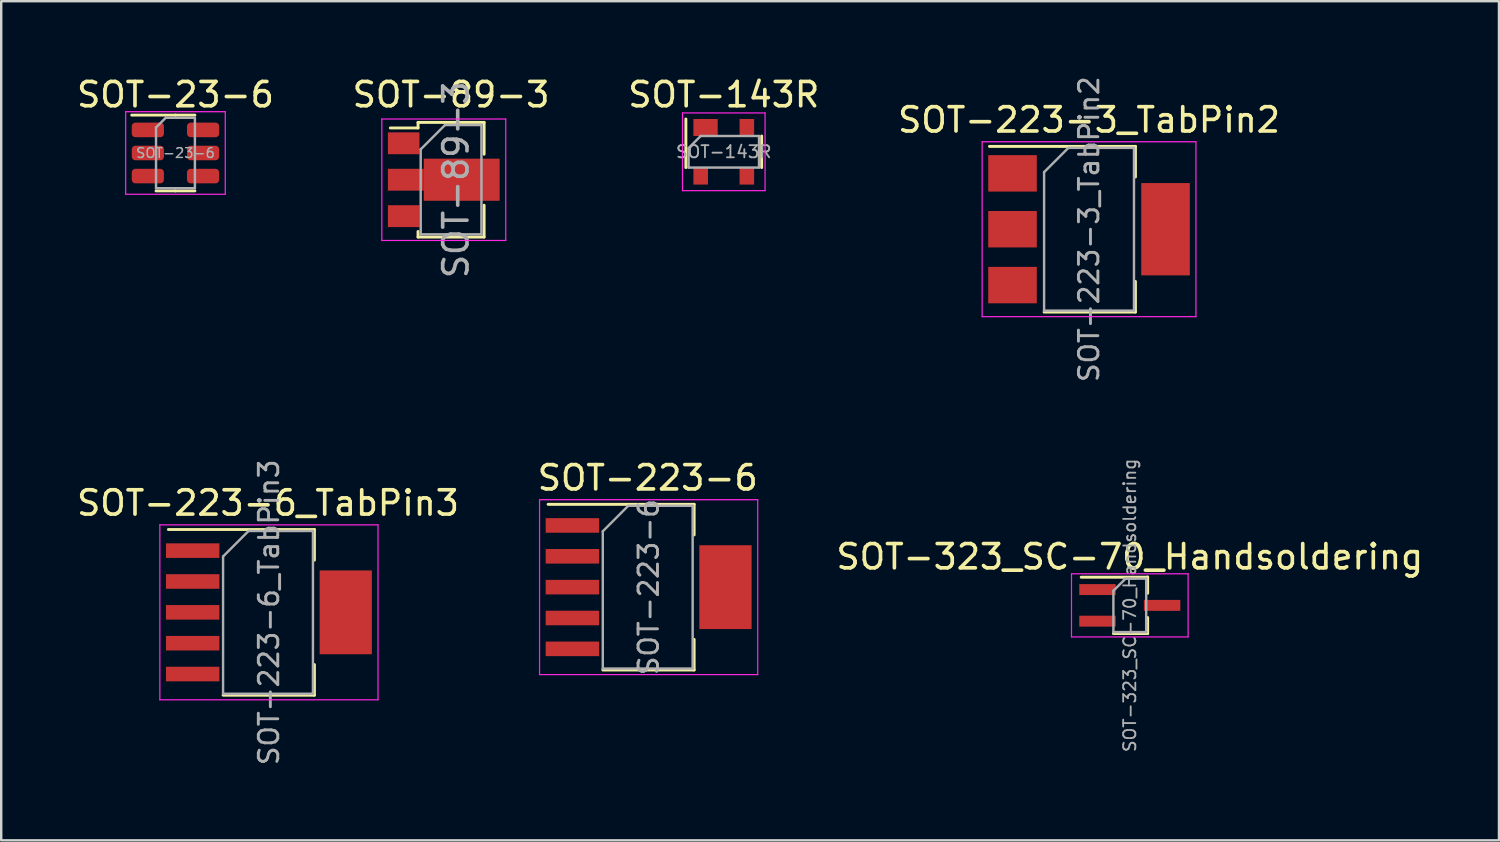
<source format=kicad_pcb>
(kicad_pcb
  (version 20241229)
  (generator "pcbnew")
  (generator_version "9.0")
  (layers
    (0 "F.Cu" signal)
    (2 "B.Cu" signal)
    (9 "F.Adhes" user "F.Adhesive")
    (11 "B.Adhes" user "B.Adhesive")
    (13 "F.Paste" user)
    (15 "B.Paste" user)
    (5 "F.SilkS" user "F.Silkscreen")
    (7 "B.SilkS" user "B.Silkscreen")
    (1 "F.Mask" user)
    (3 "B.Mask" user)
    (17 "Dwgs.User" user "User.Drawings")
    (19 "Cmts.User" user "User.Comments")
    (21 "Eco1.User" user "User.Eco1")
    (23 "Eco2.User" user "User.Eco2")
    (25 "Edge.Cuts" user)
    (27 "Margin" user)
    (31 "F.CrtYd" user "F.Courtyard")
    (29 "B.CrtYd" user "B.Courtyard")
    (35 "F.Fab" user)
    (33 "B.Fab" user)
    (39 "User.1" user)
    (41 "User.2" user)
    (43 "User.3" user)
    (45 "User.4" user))
  (footprint "SOT-223-3_TabPin2"
    (layer "F.Cu")
    (at 41.78 6.386)
    (property "Reference" "SOT-223-3_TabPin2" (at 0 -4.5 0) (layer "F.SilkS") (effects (font (size 1 1) (thickness 0.15))))
    (attr smd)
    (fp_line (start -4.1 -3.41) (end 1.91 -3.41) (stroke (width 0.12) (type solid)) (layer "F.SilkS"))
    (fp_line (start -1.85 3.41) (end 1.91 3.41) (stroke (width 0.12) (type solid)) (layer "F.SilkS"))
    (fp_line (start 1.91 -3.41) (end 1.91 -2.15) (stroke (width 0.12) (type solid)) (layer "F.SilkS"))
    (fp_line (start 1.91 3.41) (end 1.91 2.15) (stroke (width 0.12) (type solid)) (layer "F.SilkS"))
    (fp_line (start -4.4 -3.6) (end -4.4 3.6) (stroke (width 0.05) (type solid)) (layer "F.CrtYd"))
    (fp_line (start -4.4 3.6) (end 4.4 3.6) (stroke (width 0.05) (type solid)) (layer "F.CrtYd"))
    (fp_line (start 4.4 -3.6) (end -4.4 -3.6) (stroke (width 0.05) (type solid)) (layer "F.CrtYd"))
    (fp_line (start 4.4 3.6) (end 4.4 -3.6) (stroke (width 0.05) (type solid)) (layer "F.CrtYd"))
    (fp_line (start -1.85 -2.35) (end -1.85 3.35) (stroke (width 0.1) (type solid)) (layer "F.Fab"))
    (fp_line (start -1.85 -2.35) (end -0.85 -3.35) (stroke (width 0.1) (type solid)) (layer "F.Fab"))
    (fp_line (start -1.85 3.35) (end 1.85 3.35) (stroke (width 0.1) (type solid)) (layer "F.Fab"))
    (fp_line (start -0.85 -3.35) (end 1.85 -3.35) (stroke (width 0.1) (type solid)) (layer "F.Fab"))
    (fp_line (start 1.85 -3.35) (end 1.85 3.35) (stroke (width 0.1) (type solid)) (layer "F.Fab"))
    (fp_text user "${REFERENCE}" (at 0 0 90) (layer "F.Fab") (effects (font (size 0.8 0.8) (thickness 0.12))))
    (pad "1" smd rect (at -3.15 -2.3) (size 2 1.5) (layers "F.Cu" "F.Mask" "F.Paste"))
    (pad "2" smd rect (at -3.15 0) (size 2 1.5) (layers "F.Cu" "F.Mask" "F.Paste"))
    (pad "2" smd rect (at 3.15 0) (size 2 3.8) (layers "F.Cu" "F.Mask" "F.Paste"))
    (pad "3" smd rect (at -3.15 2.3) (size 2 1.5) (layers "F.Cu" "F.Mask" "F.Paste")))
  (footprint "SOT-143R"
    (layer "F.Cu")
    (at 26.744 3.198)
    (property "Reference" "SOT-143R" (at 0 -2.35 0) (layer "F.SilkS") (effects (font (size 1 1) (thickness 0.15))))
    (attr smd)
    (fp_line (start -1.56 -1.35) (end -1.56 0.65) (stroke (width 0.12) (type solid)) (layer "F.SilkS"))
    (fp_line (start 1.56 0.65) (end 1.56 -0.65) (stroke (width 0.12) (type solid)) (layer "F.SilkS"))
    (fp_line (start -1.7 -1.6) (end -1.7 1.6) (stroke (width 0.05) (type solid)) (layer "F.CrtYd"))
    (fp_line (start -1.7 -1.6) (end 1.7 -1.6) (stroke (width 0.05) (type solid)) (layer "F.CrtYd"))
    (fp_line (start 1.7 1.6) (end -1.7 1.6) (stroke (width 0.05) (type solid)) (layer "F.CrtYd"))
    (fp_line (start 1.7 1.6) (end 1.7 -1.6) (stroke (width 0.05) (type solid)) (layer "F.CrtYd"))
    (fp_line (start -1.45 -0.15) (end -1.45 0.65) (stroke (width 0.1) (type solid)) (layer "F.Fab"))
    (fp_line (start -1.45 -0.15) (end -0.95 -0.65) (stroke (width 0.1) (type solid)) (layer "F.Fab"))
    (fp_line (start -0.95 -0.65) (end 1.45 -0.65) (stroke (width 0.1) (type solid)) (layer "F.Fab"))
    (fp_line (start 1.45 -0.65) (end 1.45 0.65) (stroke (width 0.1) (type solid)) (layer "F.Fab"))
    (fp_line (start 1.45 0.65) (end -1.45 0.65) (stroke (width 0.1) (type solid)) (layer "F.Fab"))
    (fp_text user "${REFERENCE}" (at 0 0 0) (layer "F.Fab") (effects (font (size 0.5 0.5) (thickness 0.075))))
    (pad "1" smd rect (at -0.75 -1 270) (size 0.7 1) (layers "F.Cu" "F.Mask" "F.Paste"))
    (pad "2" smd rect (at 0.95 -1 270) (size 0.7 0.6) (layers "F.Cu" "F.Mask" "F.Paste"))
    (pad "3" smd rect (at 0.95 1 270) (size 0.7 0.6) (layers "F.Cu" "F.Mask" "F.Paste"))
    (pad "4" smd rect (at -0.95 1 270) (size 0.7 0.6) (layers "F.Cu" "F.Mask" "F.Paste")))
  (footprint "SOT-323_SC-70_Handsoldering"
    (layer "F.Cu")
    (at 43.458 21.87)
    (property "Reference" "SOT-323_SC-70_Handsoldering" (at 0 -2 0) (layer "F.SilkS") (effects (font (size 1 1) (thickness 0.15))))
    (attr smd)
    (fp_line (start -0.675 1.16) (end 0.735 1.16) (stroke (width 0.12) (type solid)) (layer "F.SilkS"))
    (fp_line (start 0.735 -1.17) (end 0.735 -0.5) (stroke (width 0.12) (type solid)) (layer "F.SilkS"))
    (fp_line (start 0.735 -1.16) (end -2 -1.16) (stroke (width 0.12) (type solid)) (layer "F.SilkS"))
    (fp_line (start 0.735 0.5) (end 0.735 1.16) (stroke (width 0.12) (type solid)) (layer "F.SilkS"))
    (fp_line (start -2.4 -1.3) (end 2.4 -1.3) (stroke (width 0.05) (type solid)) (layer "F.CrtYd"))
    (fp_line (start -2.4 1.3) (end -2.4 -1.3) (stroke (width 0.05) (type solid)) (layer "F.CrtYd"))
    (fp_line (start 2.4 -1.3) (end 2.4 1.3) (stroke (width 0.05) (type solid)) (layer "F.CrtYd"))
    (fp_line (start 2.4 1.3) (end -2.4 1.3) (stroke (width 0.05) (type solid)) (layer "F.CrtYd"))
    (fp_line (start -0.675 -0.6) (end -0.675 1.1) (stroke (width 0.1) (type solid)) (layer "F.Fab"))
    (fp_line (start -0.175 -1.1) (end -0.675 -0.6) (stroke (width 0.1) (type solid)) (layer "F.Fab"))
    (fp_line (start 0.675 -1.1) (end -0.175 -1.1) (stroke (width 0.1) (type solid)) (layer "F.Fab"))
    (fp_line (start 0.675 -1.1) (end 0.675 1.1) (stroke (width 0.1) (type solid)) (layer "F.Fab"))
    (fp_line (start 0.675 1.1) (end -0.675 1.1) (stroke (width 0.1) (type solid)) (layer "F.Fab"))
    (fp_text user "${REFERENCE}" (at 0 0 90) (layer "F.Fab") (effects (font (size 0.5 0.5) (thickness 0.075))))
    (pad "1" smd rect (at -1.33 -0.65 270) (size 0.45 1.5) (layers "F.Cu" "F.Mask" "F.Paste"))
    (pad "2" smd rect (at -1.33 0.65 270) (size 0.45 1.5) (layers "F.Cu" "F.Mask" "F.Paste"))
    (pad "3" smd rect (at 1.33 0 270) (size 0.45 1.5) (layers "F.Cu" "F.Mask" "F.Paste")))
  (footprint "SOT-223-6_TabPin3"
    (layer "F.Cu")
    (at 8.02 22.157)
    (property "Reference" "SOT-223-6_TabPin3" (at -0.037 -4.5 0) (layer "F.SilkS") (effects (font (size 1 1) (thickness 0.15))))
    (attr smd)
    (fp_line (start -4.138 -3.41) (end 1.873 -3.41) (stroke (width 0.12) (type solid)) (layer "F.SilkS"))
    (fp_line (start -1.887 3.41) (end 1.873 3.41) (stroke (width 0.12) (type solid)) (layer "F.SilkS"))
    (fp_line (start 1.873 -3.41) (end 1.873 -2.15) (stroke (width 0.12) (type solid)) (layer "F.SilkS"))
    (fp_line (start 1.873 3.41) (end 1.873 2.15) (stroke (width 0.12) (type solid)) (layer "F.SilkS"))
    (fp_line (start -4.49 -3.6) (end -4.49 3.6) (stroke (width 0.05) (type solid)) (layer "F.CrtYd"))
    (fp_line (start -4.49 -3.6) (end 4.49 -3.6) (stroke (width 0.05) (type solid)) (layer "F.CrtYd"))
    (fp_line (start 4.49 3.6) (end -4.49 3.6) (stroke (width 0.05) (type solid)) (layer "F.CrtYd"))
    (fp_line (start 4.49 3.6) (end 4.49 -3.6) (stroke (width 0.05) (type solid)) (layer "F.CrtYd"))
    (fp_line (start -1.887 -2.3) (end -1.887 3.35) (stroke (width 0.1) (type solid)) (layer "F.Fab"))
    (fp_line (start -1.887 -2.3) (end -0.838 -3.35) (stroke (width 0.1) (type solid)) (layer "F.Fab"))
    (fp_line (start -1.887 3.35) (end 1.812 3.35) (stroke (width 0.1) (type solid)) (layer "F.Fab"))
    (fp_line (start -0.838 -3.35) (end 1.812 -3.35) (stroke (width 0.1) (type solid)) (layer "F.Fab"))
    (fp_line (start 1.812 -3.35) (end 1.812 3.35) (stroke (width 0.1) (type solid)) (layer "F.Fab"))
    (fp_text user "${REFERENCE}" (at 0 0 90) (layer "F.Fab") (effects (font (size 0.8 0.8) (thickness 0.12))))
    (pad "1" smd rect (at -3.138 -2.54) (size 2.2 0.6) (layers "F.Cu" "F.Mask" "F.Paste"))
    (pad "2" smd rect (at -3.138 -1.27) (size 2.2 0.6) (layers "F.Cu" "F.Mask" "F.Paste"))
    (pad "3" smd rect (at -3.138 0) (size 2.2 0.6) (layers "F.Cu" "F.Mask" "F.Paste"))
    (pad "3" smd rect (at 3.163 0) (size 2.15 3.45) (layers "F.Cu" "F.Mask" "F.Paste"))
    (pad "4" smd rect (at -3.138 1.27) (size 2.2 0.6) (layers "F.Cu" "F.Mask" "F.Paste"))
    (pad "5" smd rect (at -3.138 2.54) (size 2.2 0.6) (layers "F.Cu" "F.Mask" "F.Paste")))
  (footprint "SOT-223-6"
    (layer "F.Cu")
    (at 23.651 21.12)
    (property "Reference" "SOT-223-6" (at -0.037 -4.5 0) (layer "F.SilkS") (effects (font (size 1 1) (thickness 0.15))))
    (attr smd)
    (fp_line (start -4.138 -3.41) (end 1.873 -3.41) (stroke (width 0.12) (type solid)) (layer "F.SilkS"))
    (fp_line (start -1.887 3.41) (end 1.873 3.41) (stroke (width 0.12) (type solid)) (layer "F.SilkS"))
    (fp_line (start 1.873 -3.41) (end 1.873 -2.15) (stroke (width 0.12) (type solid)) (layer "F.SilkS"))
    (fp_line (start 1.873 3.41) (end 1.873 2.15) (stroke (width 0.12) (type solid)) (layer "F.SilkS"))
    (fp_line (start -4.49 -3.6) (end -4.49 3.6) (stroke (width 0.05) (type solid)) (layer "F.CrtYd"))
    (fp_line (start -4.49 -3.6) (end 4.49 -3.6) (stroke (width 0.05) (type solid)) (layer "F.CrtYd"))
    (fp_line (start 4.49 3.6) (end -4.49 3.6) (stroke (width 0.05) (type solid)) (layer "F.CrtYd"))
    (fp_line (start 4.49 3.6) (end 4.49 -3.6) (stroke (width 0.05) (type solid)) (layer "F.CrtYd"))
    (fp_line (start -1.887 -2.3) (end -1.887 3.35) (stroke (width 0.1) (type solid)) (layer "F.Fab"))
    (fp_line (start -1.887 -2.3) (end -0.838 -3.35) (stroke (width 0.1) (type solid)) (layer "F.Fab"))
    (fp_line (start -1.887 3.35) (end 1.812 3.35) (stroke (width 0.1) (type solid)) (layer "F.Fab"))
    (fp_line (start -0.838 -3.35) (end 1.812 -3.35) (stroke (width 0.1) (type solid)) (layer "F.Fab"))
    (fp_line (start 1.812 -3.35) (end 1.812 3.35) (stroke (width 0.1) (type solid)) (layer "F.Fab"))
    (fp_text user "${REFERENCE}" (at 0 0 90) (layer "F.Fab") (effects (font (size 0.8 0.8) (thickness 0.12))))
    (pad "1" smd rect (at -3.138 -2.54) (size 2.2 0.6) (layers "F.Cu" "F.Mask" "F.Paste"))
    (pad "2" smd rect (at -3.138 -1.27) (size 2.2 0.6) (layers "F.Cu" "F.Mask" "F.Paste"))
    (pad "3" smd rect (at -3.138 0) (size 2.2 0.6) (layers "F.Cu" "F.Mask" "F.Paste"))
    (pad "4" smd rect (at -3.138 1.27) (size 2.2 0.6) (layers "F.Cu" "F.Mask" "F.Paste"))
    (pad "5" smd rect (at -3.138 2.54) (size 2.2 0.6) (layers "F.Cu" "F.Mask" "F.Paste"))
    (pad "6" smd rect (at 3.163 0) (size 2.15 3.45) (layers "F.Cu" "F.Mask" "F.Paste")))
  (footprint "SOT-23-6"
    (layer "F.Cu")
    (at 4.173 3.248)
    (property "Reference" "SOT-23-6" (at 0 -2.4 0) (layer "F.SilkS") (effects (font (size 1 1) (thickness 0.15))))
    (attr smd)
    (fp_line (start 0 -1.56) (end -1.8 -1.56) (stroke (width 0.12) (type solid)) (layer "F.SilkS"))
    (fp_line (start 0 -1.56) (end 0.8 -1.56) (stroke (width 0.12) (type solid)) (layer "F.SilkS"))
    (fp_line (start 0 1.56) (end -0.8 1.56) (stroke (width 0.12) (type solid)) (layer "F.SilkS"))
    (fp_line (start 0 1.56) (end 0.8 1.56) (stroke (width 0.12) (type solid)) (layer "F.SilkS"))
    (fp_line (start -2.05 -1.7) (end -2.05 1.7) (stroke (width 0.05) (type solid)) (layer "F.CrtYd"))
    (fp_line (start -2.05 1.7) (end 2.05 1.7) (stroke (width 0.05) (type solid)) (layer "F.CrtYd"))
    (fp_line (start 2.05 -1.7) (end -2.05 -1.7) (stroke (width 0.05) (type solid)) (layer "F.CrtYd"))
    (fp_line (start 2.05 1.7) (end 2.05 -1.7) (stroke (width 0.05) (type solid)) (layer "F.CrtYd"))
    (fp_line (start -0.8 -1.05) (end -0.4 -1.45) (stroke (width 0.1) (type solid)) (layer "F.Fab"))
    (fp_line (start -0.8 1.45) (end -0.8 -1.05) (stroke (width 0.1) (type solid)) (layer "F.Fab"))
    (fp_line (start -0.4 -1.45) (end 0.8 -1.45) (stroke (width 0.1) (type solid)) (layer "F.Fab"))
    (fp_line (start 0.8 -1.45) (end 0.8 1.45) (stroke (width 0.1) (type solid)) (layer "F.Fab"))
    (fp_line (start 0.8 1.45) (end -0.8 1.45) (stroke (width 0.1) (type solid)) (layer "F.Fab"))
    (fp_text user "${REFERENCE}" (at 0 0 0) (layer "F.Fab") (effects (font (size 0.4 0.4) (thickness 0.06))))
    (pad "1" smd roundrect (at -1.137 -0.95) (size 1.325 0.6) (layers "F.Cu" "F.Mask" "F.Paste") (roundrect_rratio 0.25))
    (pad "2" smd roundrect (at -1.137 0) (size 1.325 0.6) (layers "F.Cu" "F.Mask" "F.Paste") (roundrect_rratio 0.25))
    (pad "3" smd roundrect (at -1.137 0.95) (size 1.325 0.6) (layers "F.Cu" "F.Mask" "F.Paste") (roundrect_rratio 0.25))
    (pad "4" smd roundrect (at 1.137 0.95) (size 1.325 0.6) (layers "F.Cu" "F.Mask" "F.Paste") (roundrect_rratio 0.25))
    (pad "5" smd roundrect (at 1.137 0) (size 1.325 0.6) (layers "F.Cu" "F.Mask" "F.Paste") (roundrect_rratio 0.25))
    (pad "6" smd roundrect (at 1.137 -0.95) (size 1.325 0.6) (layers "F.Cu" "F.Mask" "F.Paste") (roundrect_rratio 0.25)))
  (footprint "SOT-89-3"
    (layer "F.Cu")
    (at 15.218 4.348)
    (property "Reference" "SOT-89-3" (at 0.3 -3.5 0) (layer "F.SilkS") (effects (font (size 1 1) (thickness 0.15))))
    (attr smd)
    (fp_line (start -2.2 -2.13) (end -1.06 -2.13) (stroke (width 0.12) (type solid)) (layer "F.SilkS"))
    (fp_line (start -1.06 -2.36) (end -1.06 -2.13) (stroke (width 0.12) (type solid)) (layer "F.SilkS"))
    (fp_line (start -1.06 -2.36) (end 1.66 -2.36) (stroke (width 0.12) (type solid)) (layer "F.SilkS"))
    (fp_line (start -1.06 2.36) (end -1.06 2.13) (stroke (width 0.12) (type solid)) (layer "F.SilkS"))
    (fp_line (start 1.66 -2.36) (end 1.66 -1.05) (stroke (width 0.12) (type solid)) (layer "F.SilkS"))
    (fp_line (start 1.66 1.05) (end 1.66 2.36) (stroke (width 0.12) (type solid)) (layer "F.SilkS"))
    (fp_line (start 1.66 2.36) (end -1.06 2.36) (stroke (width 0.12) (type solid)) (layer "F.SilkS"))
    (fp_line (start -2.55 2.5) (end -2.55 -2.5) (stroke (width 0.05) (type solid)) (layer "F.CrtYd"))
    (fp_line (start -2.55 2.5) (end 2.55 2.5) (stroke (width 0.05) (type solid)) (layer "F.CrtYd"))
    (fp_line (start 2.55 -2.5) (end -2.55 -2.5) (stroke (width 0.05) (type solid)) (layer "F.CrtYd"))
    (fp_line (start 2.55 -2.5) (end 2.55 2.5) (stroke (width 0.05) (type solid)) (layer "F.CrtYd"))
    (fp_line (start -0.95 -1.25) (end 0.05 -2.25) (stroke (width 0.1) (type solid)) (layer "F.Fab"))
    (fp_line (start -0.95 2.25) (end -0.95 -1.25) (stroke (width 0.1) (type solid)) (layer "F.Fab"))
    (fp_line (start 0.05 -2.25) (end 1.55 -2.25) (stroke (width 0.1) (type solid)) (layer "F.Fab"))
    (fp_line (start 1.55 -2.25) (end 1.55 2.25) (stroke (width 0.1) (type solid)) (layer "F.Fab"))
    (fp_line (start 1.55 2.25) (end -0.95 2.25) (stroke (width 0.1) (type solid)) (layer "F.Fab"))
    (fp_text user "${REFERENCE}" (at 0.5 0 90) (layer "F.Fab") (effects (font (size 1 1) (thickness 0.15))))
    (pad "1" smd rect (at -1.65 -1.5) (size 1.3 0.9) (layers "F.Cu" "F.Mask" "F.Paste"))
    (pad "2" smd custom (at -1.562 0) (size 1.475 0.9) (layers "F.Cu" "F.Mask" "F.Paste") (options (anchor rect)) (primitives (gr_poly (pts (xy 3.862 0.867) (xy 0.738 0.867) (xy 0.738 -0.867) (xy 3.862 -0.867)) (width 0) (fill yes))))
    (pad "3" smd rect (at -1.65 1.5) (size 1.3 0.9) (layers "F.Cu" "F.Mask" "F.Paste")))
  (gr_rect
    (start -3 -3)
    (end 58.655 31.543)
    (stroke (width 0.1) (type default))
    (fill no)
    (layer "Edge.Cuts")))
</source>
